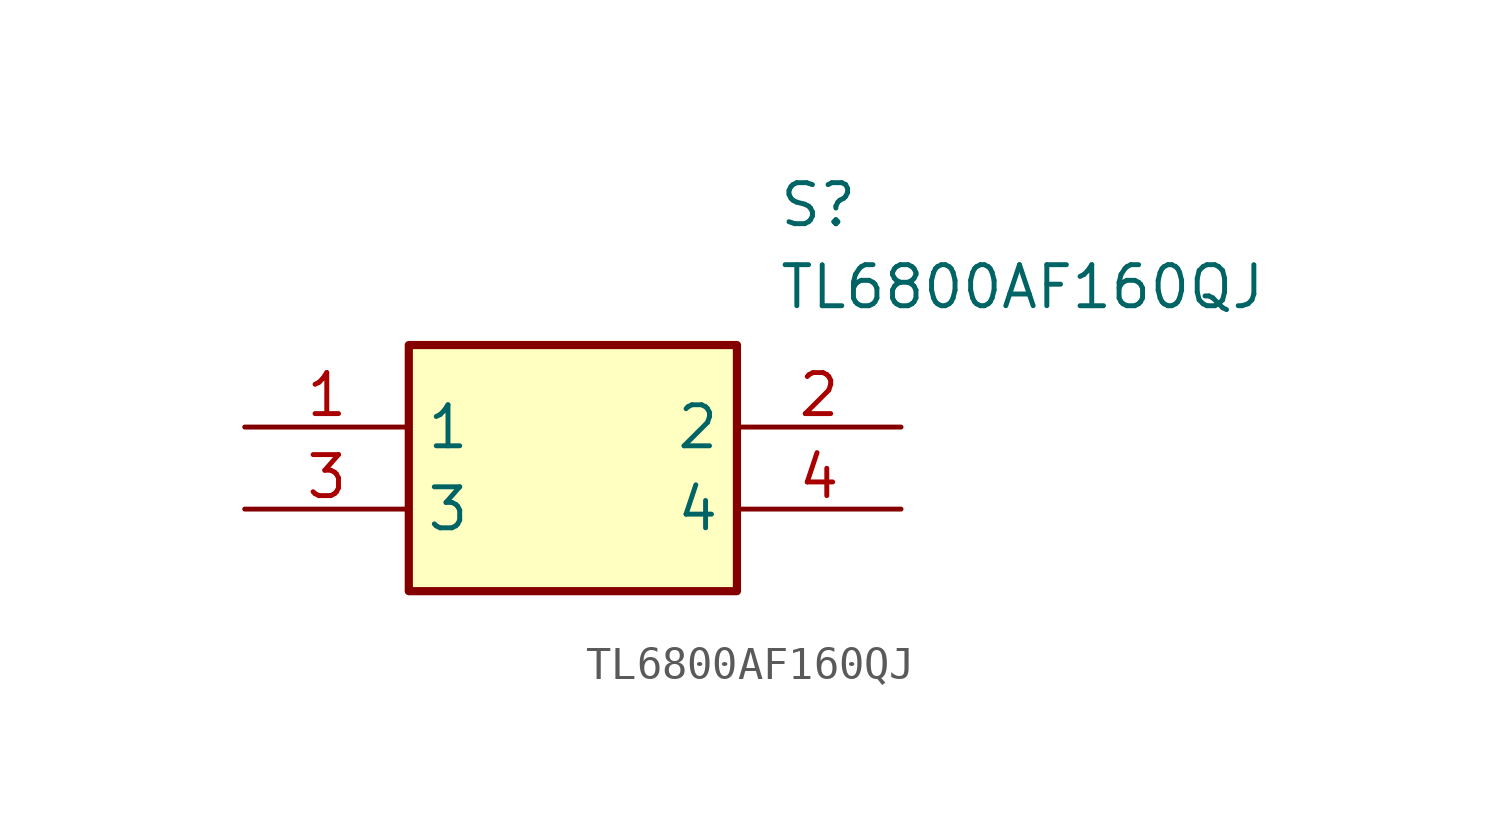
<source format=kicad_sym>
(kicad_symbol_lib
  (version 20211014)
  (generator SamacSys_ECAD_Model)
  (symbol "TL6800AF160QJ"
    (property "Reference" "S"
      (at 16.51 7.62 0)
      (effects (font (size 1.27 1.27)) (justify left top)))
    (property "Value" "TL6800AF160QJ"
      (at 16.51 5.08 0)
      (effects (font (size 1.27 1.27)) (justify left top)))
    (rectangle
      (start 5.08 2.54)
      (end 15.24 -5.08)
      (stroke (width 0.254) (type default))
      (fill (type background)))
    (pin passive line
      (at 0 0 0)
      (length 5.08)
      (name "1" (effects (font (size 1.27 1.27))))
      (number "1" (effects (font (size 1.27 1.27)))))
    (pin passive line
      (at 20.32 0 180)
      (length 5.08)
      (name "2" (effects (font (size 1.27 1.27))))
      (number "2" (effects (font (size 1.27 1.27)))))
    (pin passive line
      (at 0 -2.54 0)
      (length 5.08)
      (name "3" (effects (font (size 1.27 1.27))))
      (number "3" (effects (font (size 1.27 1.27)))))
    (pin passive line
      (at 20.32 -2.54 180)
      (length 5.08)
      (name "4" (effects (font (size 1.27 1.27))))
      (number "4" (effects (font (size 1.27 1.27)))))))
</source>
